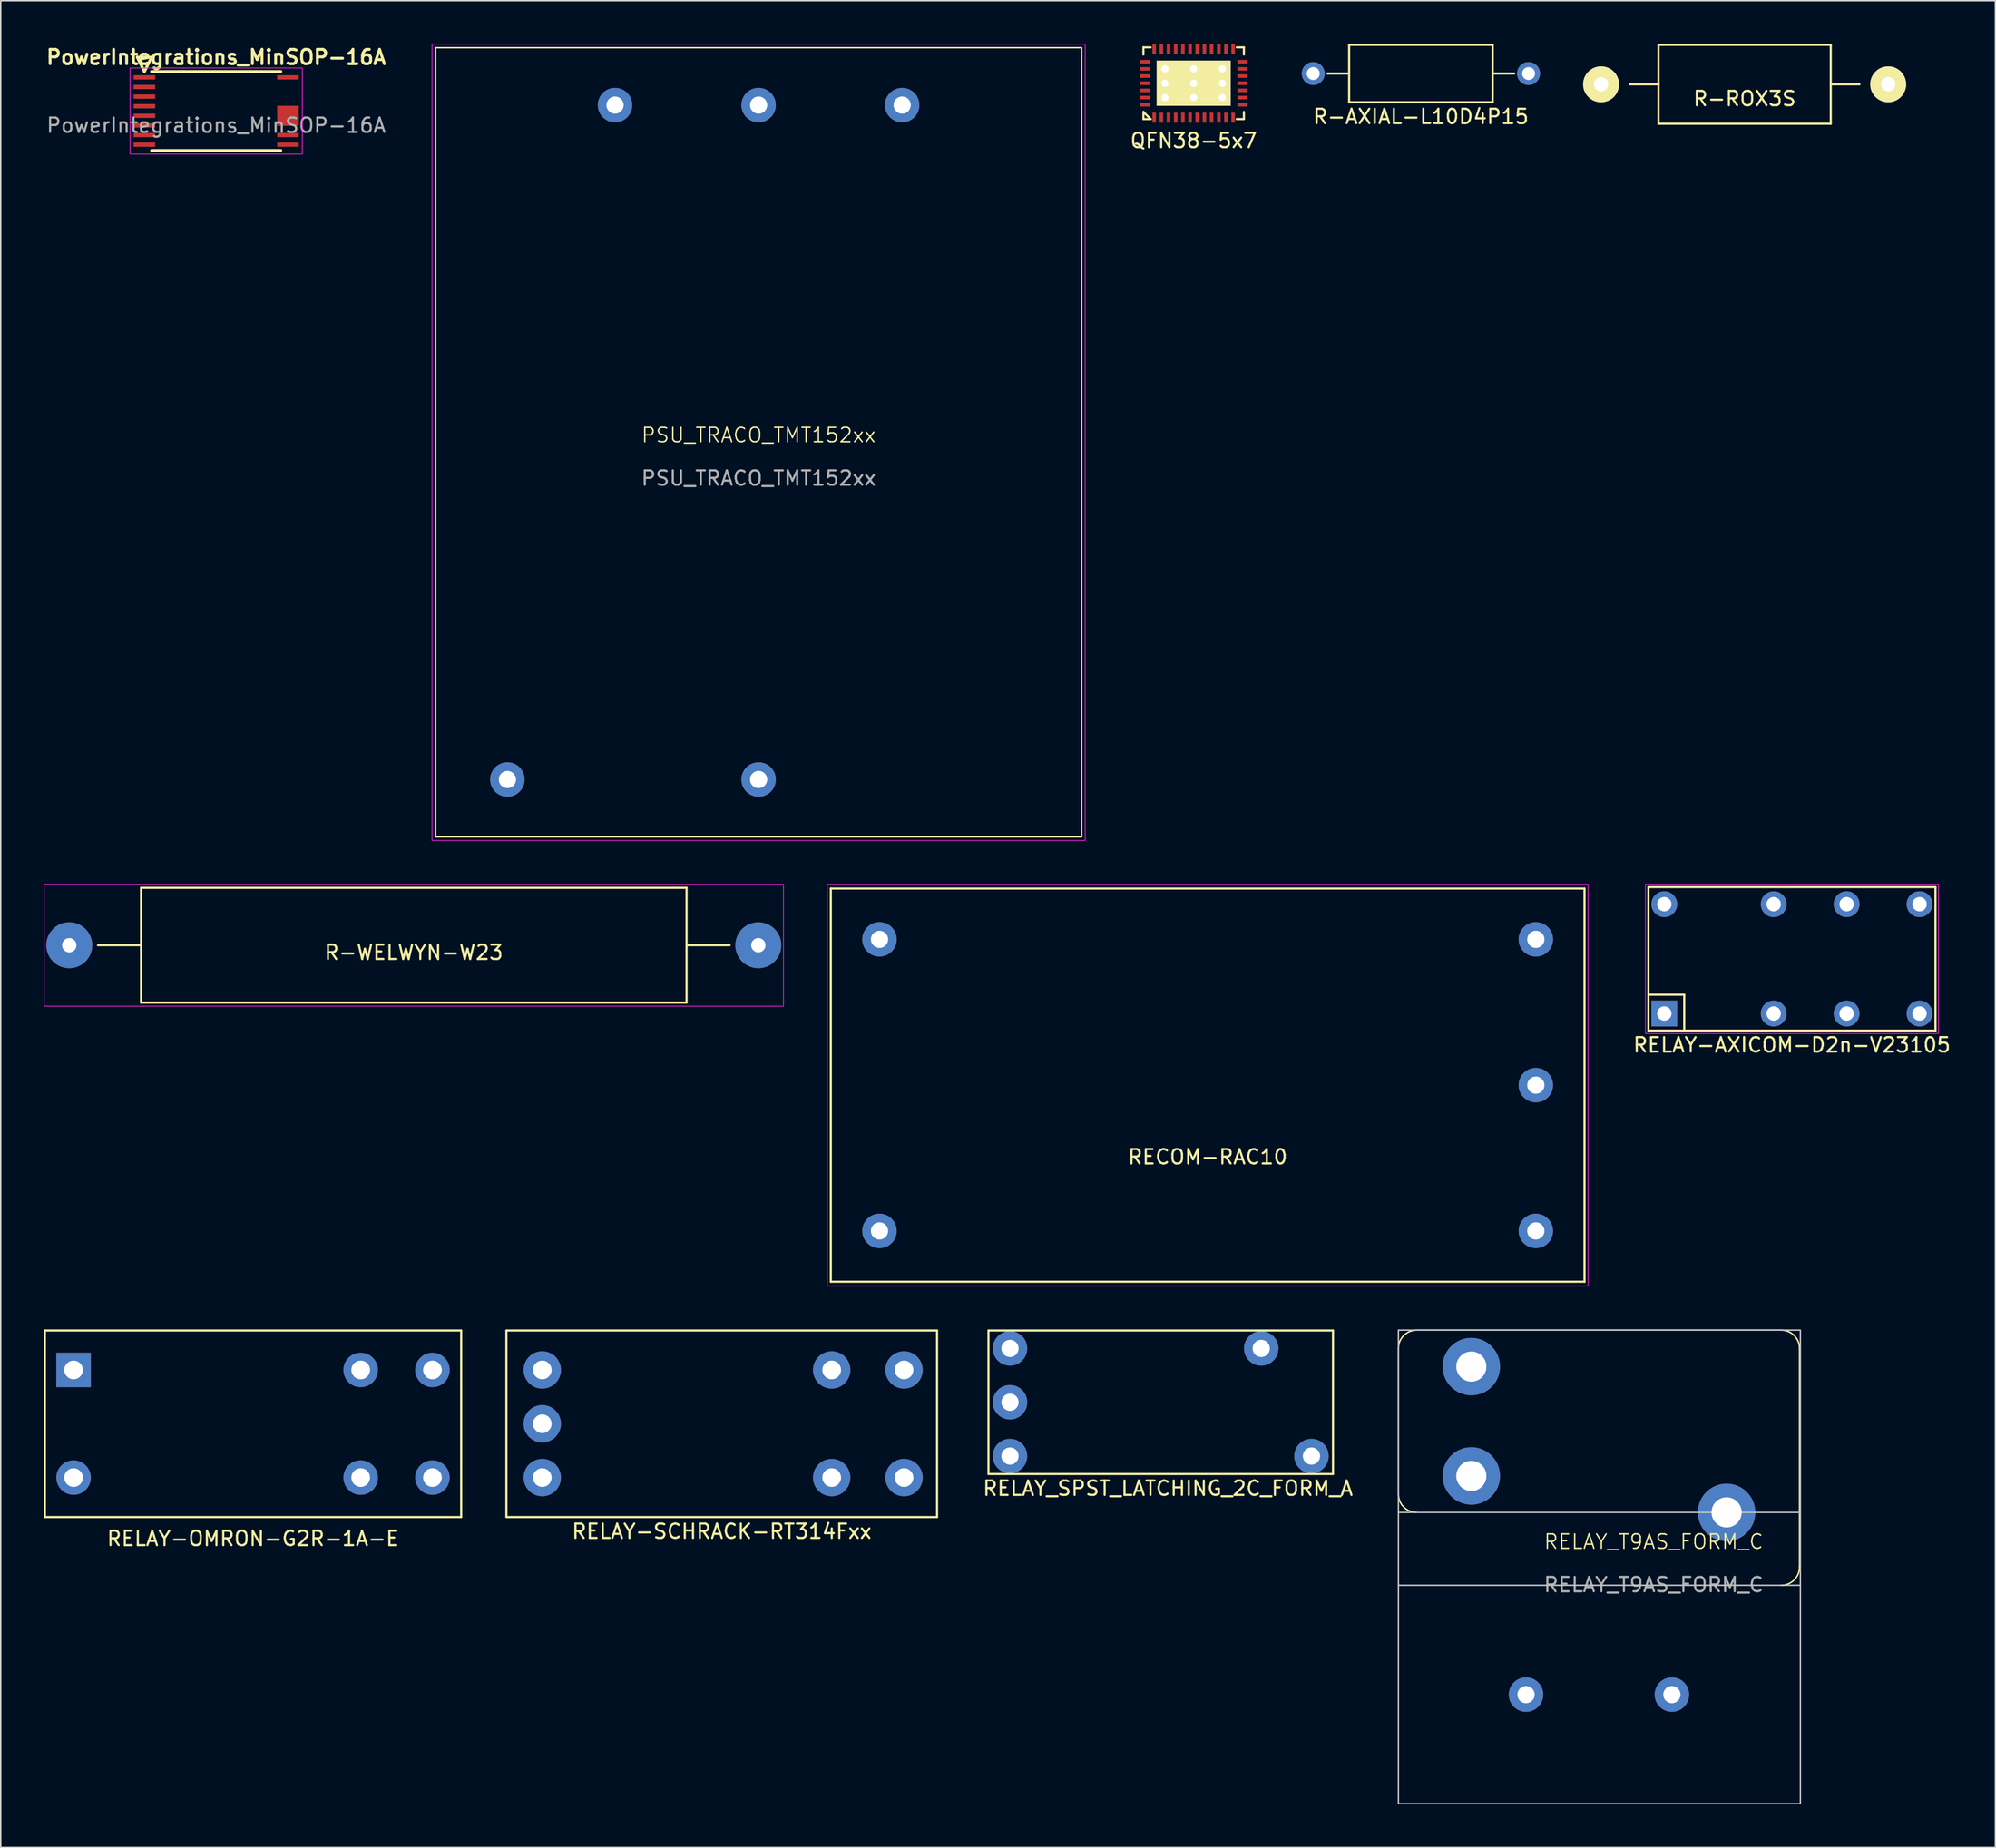
<source format=kicad_pcb>
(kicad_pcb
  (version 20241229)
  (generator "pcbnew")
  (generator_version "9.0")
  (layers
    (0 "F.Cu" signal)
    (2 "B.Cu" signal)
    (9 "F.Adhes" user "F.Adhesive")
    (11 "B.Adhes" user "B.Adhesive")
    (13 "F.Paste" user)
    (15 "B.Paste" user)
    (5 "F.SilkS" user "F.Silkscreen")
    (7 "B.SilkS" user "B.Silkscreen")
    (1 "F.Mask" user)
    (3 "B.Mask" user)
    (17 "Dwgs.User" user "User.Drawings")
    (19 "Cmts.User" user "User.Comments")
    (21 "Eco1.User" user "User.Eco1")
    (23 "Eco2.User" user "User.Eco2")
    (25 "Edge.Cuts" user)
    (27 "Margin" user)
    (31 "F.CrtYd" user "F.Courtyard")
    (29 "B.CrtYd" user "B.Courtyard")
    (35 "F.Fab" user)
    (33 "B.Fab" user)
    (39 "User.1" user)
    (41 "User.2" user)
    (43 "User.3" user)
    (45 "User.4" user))
  (footprint "RELAY-SCHRACK-RT314Fxx"
    (layer "F.Cu")
    (at 34.725 96.175)
    (property "Reference" "RELAY-SCHRACK-RT314Fxx" (at 12.5 7.5 0) (layer "F.SilkS") (effects (font (size 1 1) (thickness 0.15))))
    (attr through_hole)
    (fp_line (start -2.5 -6.5) (end 27.5 -6.5) (stroke (width 0.15) (type solid)) (layer "F.SilkS"))
    (fp_line (start -2.5 6.5) (end -2.5 -6.5) (stroke (width 0.15) (type solid)) (layer "F.SilkS"))
    (fp_line (start 27.5 -6.5) (end 27.5 6.5) (stroke (width 0.15) (type solid)) (layer "F.SilkS"))
    (fp_line (start 27.5 6.5) (end -2.5 6.5) (stroke (width 0.15) (type solid)) (layer "F.SilkS"))
    (pad "1" thru_hole circle (at 0 -3.75) (size 2.6 2.6) (drill 1.3) (layers "*.Cu" "*.Mask"))
    (pad "3" thru_hole circle (at 20.16 -3.75) (size 2.6 2.6) (drill 1.3) (layers "*.Cu" "*.Mask"))
    (pad "3" thru_hole circle (at 20.16 3.75) (size 2.6 2.6) (drill 1.3) (layers "*.Cu" "*.Mask"))
    (pad "5" thru_hole circle (at 25.2 -3.75) (size 2.6 2.6) (drill 1.3) (layers "*.Cu" "*.Mask"))
    (pad "5" thru_hole circle (at 25.2 3.75) (size 2.6 2.6) (drill 1.3) (layers "*.Cu" "*.Mask"))
    (pad "6" thru_hole circle (at 0 3.75) (size 2.6 2.6) (drill 1.3) (layers "*.Cu" "*.Mask"))
    (pad "7" thru_hole circle (at 0 0) (size 2.6 2.6) (drill 1.3) (layers "*.Cu" "*.Mask")))
  (footprint "R-ROX3S"
    (layer "F.Cu")
    (at 118.479 2.825)
    (property "Reference" "R-ROX3S" (at 0 1 0) (layer "F.SilkS") (effects (font (size 1 1) (thickness 0.15))))
    (attr through_hole)
    (fp_line (start -8 0) (end -6 0) (stroke (width 0.15) (type solid)) (layer "F.SilkS"))
    (fp_line (start -6 -2.75) (end 6 -2.75) (stroke (width 0.15) (type solid)) (layer "F.SilkS"))
    (fp_line (start -6 2.75) (end -6 -2.75) (stroke (width 0.15) (type solid)) (layer "F.SilkS"))
    (fp_line (start 6 -2.75) (end 6 2.75) (stroke (width 0.15) (type solid)) (layer "F.SilkS"))
    (fp_line (start 6 0) (end 8 0) (stroke (width 0.15) (type solid)) (layer "F.SilkS"))
    (fp_line (start 6 2.75) (end -6 2.75) (stroke (width 0.15) (type solid)) (layer "F.SilkS"))
    (pad "1" thru_hole circle (at -10 0) (size 2.5 2.5) (drill 1) (layers "*.Cu" "*.Mask" "F.SilkS"))
    (pad "2" thru_hole circle (at 10 0) (size 2.5 2.5) (drill 1) (layers "*.Cu" "*.Mask" "F.SilkS")))
  (footprint "RELAY_T9AS_FORM_C"
    (layer "F.Cu")
    (at 99.442 92.19)
    (property "Reference" "RELAY_T9AS_FORM_C" (at 12.7 12.2 0) (unlocked yes) (layer "F.SilkS") (effects (font (size 1 1) (thickness 0.1))))
    (attr through_hole)
    (fp_line (start -5.08 -1.27) (end -5.08 8.89) (stroke (width 0.1) (type default)) (layer "F.SilkS"))
    (fp_line (start -3.81 -2.54) (end 21.59 -2.54) (stroke (width 0.1) (type default)) (layer "F.SilkS"))
    (fp_line (start 22.86 -1.27) (end 22.86 13.97) (stroke (width 0.1) (type default)) (layer "F.SilkS"))
    (fp_arc (start -5.08 -1.27) (mid -4.708026 -2.168026) (end -3.81 -2.54) (stroke (width 0.1) (type default)) (layer "F.SilkS"))
    (fp_arc (start -3.81 10.16) (mid -4.708026 9.788026) (end -5.08 8.89) (stroke (width 0.1) (type default)) (layer "F.SilkS"))
    (fp_arc (start 21.59 -2.54) (mid 22.488026 -2.168026) (end 22.86 -1.27) (stroke (width 0.1) (type default)) (layer "F.SilkS"))
    (fp_arc (start 22.86 13.97) (mid 22.488026 14.868026) (end 21.59 15.24) (stroke (width 0.1) (type default)) (layer "F.SilkS"))
    (fp_line (start -5.08 10.16) (end 22.86 10.16) (stroke (width 0.1) (type default)) (layer "Dwgs.User"))
    (fp_line (start 22.86 15.24) (end -5.08 15.24) (stroke (width 0.1) (type default)) (layer "Dwgs.User"))
    (fp_rect (start -5.08 -2.54) (end 22.92 30.46) (stroke (width 0.1) (type default)) (fill no) (layer "Dwgs.User"))
    (fp_text user "${REFERENCE}" (at 12.7 15.2 0) (unlocked yes) (layer "F.Fab") (effects (font (size 1 1) (thickness 0.15))))
    (pad "1" thru_hole circle (at 0 0) (size 4 4) (drill 2.1) (layers "*.Cu" "*.Mask"))
    (pad "2" thru_hole circle (at 0 7.62) (size 4 4) (drill 2.1) (layers "*.Cu" "*.Mask"))
    (pad "3" thru_hole circle (at 17.78 10.16) (size 4 4) (drill 2.1) (layers "*.Cu" "*.Mask"))
    (pad "5" thru_hole circle (at 3.81 22.86) (size 2.4 2.4) (drill 1.2) (layers "*.Cu" "*.Mask"))
    (pad "6" thru_hole circle (at 13.97 22.86) (size 2.4 2.4) (drill 1.2) (layers "*.Cu" "*.Mask")))
  (footprint "R-WELWYN-W23"
    (layer "F.Cu")
    (at 25.775 62.825)
    (property "Reference" "R-WELWYN-W23" (at 0 0.5 0) (layer "F.SilkS") (effects (font (size 1 1) (thickness 0.15))))
    (attr through_hole)
    (fp_line (start -22 0) (end -19 0) (stroke (width 0.15) (type solid)) (layer "F.SilkS"))
    (fp_line (start -19 -4) (end -19 4) (stroke (width 0.15) (type solid)) (layer "F.SilkS"))
    (fp_line (start -19 4) (end 19 4) (stroke (width 0.15) (type solid)) (layer "F.SilkS"))
    (fp_line (start 19 -4) (end -19 -4) (stroke (width 0.15) (type solid)) (layer "F.SilkS"))
    (fp_line (start 19 0) (end 22 0) (stroke (width 0.15) (type solid)) (layer "F.SilkS"))
    (fp_line (start 19 4) (end 19 -4) (stroke (width 0.15) (type solid)) (layer "F.SilkS"))
    (fp_rect (start -25.75 -4.25) (end 25.75 4.25) (stroke (width 0.05) (type default)) (fill no) (layer "F.CrtYd"))
    (pad "1" thru_hole circle (at -24 0) (size 3.2 3.2) (drill 1) (layers "*.Cu" "*.Mask"))
    (pad "2" thru_hole circle (at 24 0) (size 3.2 3.2) (drill 1) (layers "*.Cu" "*.Mask")))
  (footprint "QFN38-5x7"
    (layer "F.Cu")
    (at 80.099 2.75)
    (property "Reference" "QFN38-5x7" (at 0 4 0) (layer "F.SilkS") (effects (font (size 1 1) (thickness 0.15))))
    (attr through_hole)
    (fp_line (start -3.5 -2.5) (end -3.5 -2) (stroke (width 0.15) (type solid)) (layer "F.SilkS"))
    (fp_line (start -3.5 2) (end -3 2.5) (stroke (width 0.15) (type solid)) (layer "F.SilkS"))
    (fp_line (start -3.5 2.5) (end -3.5 2) (stroke (width 0.15) (type solid)) (layer "F.SilkS"))
    (fp_line (start -3.5 2.5) (end -3 2.5) (stroke (width 0.15) (type solid)) (layer "F.SilkS"))
    (fp_line (start -3 -2.5) (end -3.5 -2.5) (stroke (width 0.15) (type solid)) (layer "F.SilkS"))
    (fp_line (start 3 -2.5) (end 3.5 -2.5) (stroke (width 0.15) (type solid)) (layer "F.SilkS"))
    (fp_line (start 3.5 -2.5) (end 3.5 -2) (stroke (width 0.15) (type solid)) (layer "F.SilkS"))
    (fp_line (start 3.5 2) (end 3.5 2.5) (stroke (width 0.15) (type solid)) (layer "F.SilkS"))
    (fp_line (start 3.5 2.5) (end 3 2.5) (stroke (width 0.15) (type solid)) (layer "F.SilkS"))
    (pad "1" smd rect (at -2.75 2.4) (size 0.25 0.7) (layers "F.Cu" "F.Mask" "F.Paste"))
    (pad "2" smd rect (at -2.25 2.4) (size 0.25 0.7) (layers "F.Cu" "F.Mask" "F.Paste"))
    (pad "3" smd rect (at -1.75 2.4) (size 0.25 0.7) (layers "F.Cu" "F.Mask" "F.Paste"))
    (pad "4" smd rect (at -1.25 2.4) (size 0.25 0.7) (layers "F.Cu" "F.Mask" "F.Paste"))
    (pad "5" smd rect (at -0.75 2.4) (size 0.25 0.7) (layers "F.Cu" "F.Mask" "F.Paste"))
    (pad "6" smd rect (at -0.25 2.4) (size 0.25 0.7) (layers "F.Cu" "F.Mask" "F.Paste"))
    (pad "7" smd rect (at 0.25 2.4) (size 0.25 0.7) (layers "F.Cu" "F.Mask" "F.Paste"))
    (pad "8" smd rect (at 0.75 2.4) (size 0.25 0.7) (layers "F.Cu" "F.Mask" "F.Paste"))
    (pad "9" smd rect (at 1.25 2.4) (size 0.25 0.7) (layers "F.Cu" "F.Mask" "F.Paste"))
    (pad "10" smd rect (at 1.75 2.4) (size 0.25 0.7) (layers "F.Cu" "F.Mask" "F.Paste"))
    (pad "11" smd rect (at 2.25 2.4) (size 0.25 0.7) (layers "F.Cu" "F.Mask" "F.Paste"))
    (pad "12" smd rect (at 2.75 2.4) (size 0.25 0.7) (layers "F.Cu" "F.Mask" "F.Paste"))
    (pad "13" smd rect (at 3.4 1.5) (size 0.7 0.25) (layers "F.Cu" "F.Mask" "F.Paste"))
    (pad "14" smd rect (at 3.4 1) (size 0.7 0.25) (layers "F.Cu" "F.Mask" "F.Paste"))
    (pad "15" smd rect (at 3.4 0.5) (size 0.7 0.25) (layers "F.Cu" "F.Mask" "F.Paste"))
    (pad "16" smd rect (at 3.4 0) (size 0.7 0.25) (layers "F.Cu" "F.Mask" "F.Paste"))
    (pad "17" smd rect (at 3.4 -0.5) (size 0.7 0.25) (layers "F.Cu" "F.Mask" "F.Paste"))
    (pad "18" smd rect (at 3.4 -1) (size 0.7 0.25) (layers "F.Cu" "F.Mask" "F.Paste"))
    (pad "19" smd rect (at 3.4 -1.5) (size 0.7 0.25) (layers "F.Cu" "F.Mask" "F.Paste"))
    (pad "20" smd rect (at 2.75 -2.4) (size 0.25 0.7) (layers "F.Cu" "F.Mask" "F.Paste"))
    (pad "21" smd rect (at 2.25 -2.4) (size 0.25 0.7) (layers "F.Cu" "F.Mask" "F.Paste"))
    (pad "22" smd rect (at 1.75 -2.4) (size 0.25 0.7) (layers "F.Cu" "F.Mask" "F.Paste"))
    (pad "23" smd rect (at 1.25 -2.4) (size 0.25 0.7) (layers "F.Cu" "F.Mask" "F.Paste"))
    (pad "24" smd rect (at 0.75 -2.4) (size 0.25 0.7) (layers "F.Cu" "F.Mask" "F.Paste"))
    (pad "25" smd rect (at 0.25 -2.4) (size 0.25 0.7) (layers "F.Cu" "F.Mask" "F.Paste"))
    (pad "26" smd rect (at -0.25 -2.4) (size 0.25 0.7) (layers "F.Cu" "F.Mask" "F.Paste"))
    (pad "27" smd rect (at -0.75 -2.4) (size 0.25 0.7) (layers "F.Cu" "F.Mask" "F.Paste"))
    (pad "28" smd rect (at -1.25 -2.4) (size 0.25 0.7) (layers "F.Cu" "F.Mask" "F.Paste"))
    (pad "29" smd rect (at -1.75 -2.4) (size 0.25 0.7) (layers "F.Cu" "F.Mask" "F.Paste"))
    (pad "30" smd rect (at -2.25 -2.4) (size 0.25 0.7) (layers "F.Cu" "F.Mask" "F.Paste"))
    (pad "31" smd rect (at -2.75 -2.4) (size 0.25 0.7) (layers "F.Cu" "F.Mask" "F.Paste"))
    (pad "32" smd rect (at -3.4 -1.5) (size 0.7 0.25) (layers "F.Cu" "F.Mask" "F.Paste"))
    (pad "33" smd rect (at -3.4 -1) (size 0.7 0.25) (layers "F.Cu" "F.Mask" "F.Paste"))
    (pad "34" smd rect (at -3.4 -0.5) (size 0.7 0.25) (layers "F.Cu" "F.Mask" "F.Paste"))
    (pad "35" smd rect (at -3.4 0) (size 0.7 0.25) (layers "F.Cu" "F.Mask" "F.Paste"))
    (pad "36" smd rect (at -3.4 0.5) (size 0.7 0.25) (layers "F.Cu" "F.Mask" "F.Paste"))
    (pad "37" smd rect (at -3.4 1) (size 0.7 0.25) (layers "F.Cu" "F.Mask" "F.Paste"))
    (pad "38" smd rect (at -3.4 1.5) (size 0.7 0.25) (layers "F.Cu" "F.Mask" "F.Paste"))
    (pad "39" thru_hole circle (at -2 -1) (size 0.6 0.6) (drill 0.5) (layers "*.Cu" "*.Mask"))
    (pad "39" thru_hole circle (at -2 0) (size 0.6 0.6) (drill 0.5) (layers "*.Cu" "*.Mask" "F.SilkS" "F.Paste"))
    (pad "39" thru_hole circle (at -2 1) (size 0.6 0.6) (drill 0.5) (layers "*.Cu" "*.Mask" "F.SilkS" "F.Paste"))
    (pad "39" thru_hole circle (at 0 -1) (size 0.6 0.6) (drill 0.5) (layers "*.Cu" "*.Mask" "F.SilkS" "F.Paste"))
    (pad "39" thru_hole rect (at 0 0) (size 5.15 3.15) (drill 0.5) (layers "*.Cu" "*.Mask" "F.SilkS" "F.Paste"))
    (pad "39" thru_hole circle (at 0 1) (size 0.6 0.6) (drill 0.5) (layers "*.Cu" "*.Mask" "F.SilkS" "F.Paste"))
    (pad "39" thru_hole circle (at 2 -1) (size 0.6 0.6) (drill 0.5) (layers "*.Cu" "*.Mask" "F.SilkS" "F.Paste"))
    (pad "39" thru_hole circle (at 2 0) (size 0.6 0.6) (drill 0.5) (layers "*.Cu" "*.Mask" "F.SilkS" "F.Paste"))
    (pad "39" thru_hole circle (at 2 1) (size 0.6 0.6) (drill 0.5) (layers "*.Cu" "*.Mask" "F.SilkS" "F.Paste")))
  (footprint "RELAY-OMRON-G2R-1A-E"
    (layer "F.Cu")
    (at 14.575 96.175)
    (property "Reference" "RELAY-OMRON-G2R-1A-E" (at 0 8 0) (layer "F.SilkS") (effects (font (size 1 1) (thickness 0.15))))
    (attr through_hole)
    (fp_line (start -14.5 -6.5) (end 14.5 -6.5) (stroke (width 0.15) (type solid)) (layer "F.SilkS"))
    (fp_line (start -14.5 6.5) (end -14.5 -6.5) (stroke (width 0.15) (type solid)) (layer "F.SilkS"))
    (fp_line (start 14.5 -6.5) (end 14.5 6.5) (stroke (width 0.15) (type solid)) (layer "F.SilkS"))
    (fp_line (start 14.5 6.5) (end -14.5 6.5) (stroke (width 0.15) (type solid)) (layer "F.SilkS"))
    (pad "1" thru_hole rect (at -12.5 -3.75) (size 2.4 2.4) (drill 1.3) (layers "*.Cu" "*.Mask"))
    (pad "3" thru_hole circle (at 7.5 -3.75) (size 2.4 2.4) (drill 1.3) (layers "*.Cu" "*.Mask"))
    (pad "4" thru_hole circle (at 12.5 -3.75) (size 2.4 2.4) (drill 1.3) (layers "*.Cu" "*.Mask"))
    (pad "5" thru_hole circle (at 12.5 3.75) (size 2.4 2.4) (drill 1.3) (layers "*.Cu" "*.Mask"))
    (pad "6" thru_hole circle (at 7.5 3.75) (size 2.4 2.4) (drill 1.3) (layers "*.Cu" "*.Mask"))
    (pad "8" thru_hole circle (at -12.5 3.75) (size 2.4 2.4) (drill 1.3) (layers "*.Cu" "*.Mask")))
  (footprint "R-AXIAL-L10D4P15"
    (layer "F.Cu")
    (at 95.929 2.075)
    (property "Reference" "R-AXIAL-L10D4P15" (at 0 3 0) (layer "F.SilkS") (effects (font (size 1 1) (thickness 0.15))))
    (attr through_hole)
    (fp_line (start -6.5 0) (end -5 0) (stroke (width 0.15) (type solid)) (layer "F.SilkS"))
    (fp_line (start -5 -2) (end 5 -2) (stroke (width 0.15) (type solid)) (layer "F.SilkS"))
    (fp_line (start -5 2) (end -5 -2) (stroke (width 0.15) (type solid)) (layer "F.SilkS"))
    (fp_line (start 5 -2) (end 5 2) (stroke (width 0.15) (type solid)) (layer "F.SilkS"))
    (fp_line (start 5 2) (end -5 2) (stroke (width 0.15) (type solid)) (layer "F.SilkS"))
    (fp_line (start 6.5 0) (end 5 0) (stroke (width 0.15) (type solid)) (layer "F.SilkS"))
    (pad "1" thru_hole circle (at -7.5 0) (size 1.6 1.6) (drill 0.9) (layers "*.Cu" "*.Mask"))
    (pad "2" thru_hole circle (at 7.5 0) (size 1.6 1.6) (drill 0.9) (layers "*.Cu" "*.Mask")))
  (footprint "RELAY_SPST_LATCHING_2C_FORM_A"
    (layer "F.Cu")
    (at 67.306 90.925)
    (property "Reference" "RELAY_SPST_LATCHING_2C_FORM_A" (at 11 9.75 0) (layer "F.SilkS") (effects (font (size 1 1) (thickness 0.15))))
    (attr through_hole)
    (fp_line (start -1.5 -1.25) (end 22.5 -1.25) (stroke (width 0.15) (type solid)) (layer "F.SilkS"))
    (fp_line (start -1.5 8.75) (end -1.5 -1.25) (stroke (width 0.15) (type solid)) (layer "F.SilkS"))
    (fp_line (start 22.5 -1.25) (end 22.5 8.75) (stroke (width 0.15) (type solid)) (layer "F.SilkS"))
    (fp_line (start 22.5 8.75) (end -1.5 8.75) (stroke (width 0.15) (type solid)) (layer "F.SilkS"))
    (pad "1" thru_hole circle (at 0 7.5) (size 2.4 2.4) (drill 1.2) (layers "*.Cu" "*.Mask"))
    (pad "3" thru_hole circle (at 21 7.5) (size 2.4 2.4) (drill 1.2) (layers "*.Cu" "*.Mask"))
    (pad "5" thru_hole circle (at 17.5 0) (size 2.4 2.4) (drill 1.2) (layers "*.Cu" "*.Mask"))
    (pad "6" thru_hole circle (at 0 0) (size 2.4 2.4) (drill 1.2) (layers "*.Cu" "*.Mask"))
    (pad "7" thru_hole circle (at 0 3.75) (size 2.4 2.4) (drill 1.2) (layers "*.Cu" "*.Mask")))
  (footprint "RELAY-AXICOM-D2n-V23105"
    (layer "F.Cu")
    (at 121.773 63.775)
    (property "Reference" "RELAY-AXICOM-D2n-V23105" (at 0 6 0) (layer "F.SilkS") (effects (font (size 1 1) (thickness 0.15))))
    (attr through_hole)
    (fp_line (start -10 -5) (end 10 -5) (stroke (width 0.15) (type solid)) (layer "F.SilkS"))
    (fp_line (start -10 2.5) (end -7.5 2.5) (stroke (width 0.15) (type solid)) (layer "F.SilkS"))
    (fp_line (start -10 5) (end -10 -5) (stroke (width 0.15) (type solid)) (layer "F.SilkS"))
    (fp_line (start -7.5 2.5) (end -7.5 5) (stroke (width 0.15) (type solid)) (layer "F.SilkS"))
    (fp_line (start 10 -5) (end 10 5) (stroke (width 0.15) (type solid)) (layer "F.SilkS"))
    (fp_line (start 10 5) (end -10 5) (stroke (width 0.15) (type solid)) (layer "F.SilkS"))
    (fp_line (start -10.2 -5.2) (end 10.2 -5.2) (stroke (width 0.05) (type solid)) (layer "F.CrtYd"))
    (fp_line (start -10.2 5.2) (end -10.2 -5.2) (stroke (width 0.05) (type solid)) (layer "F.CrtYd"))
    (fp_line (start 10.2 -5.2) (end 10.2 5.2) (stroke (width 0.05) (type solid)) (layer "F.CrtYd"))
    (fp_line (start 10.2 5.2) (end -10.2 5.2) (stroke (width 0.05) (type solid)) (layer "F.CrtYd"))
    (pad "1" thru_hole rect (at -8.89 3.81) (size 1.8 1.8) (drill 1) (layers "*.Cu" "*.Mask"))
    (pad "4" thru_hole circle (at -1.27 3.81) (size 1.8 1.8) (drill 1) (layers "*.Cu" "*.Mask"))
    (pad "6" thru_hole circle (at 3.81 3.81) (size 1.8 1.8) (drill 1) (layers "*.Cu" "*.Mask"))
    (pad "8" thru_hole circle (at 8.89 3.81) (size 1.8 1.8) (drill 1) (layers "*.Cu" "*.Mask"))
    (pad "9" thru_hole circle (at 8.89 -3.81) (size 1.8 1.8) (drill 1) (layers "*.Cu" "*.Mask"))
    (pad "11" thru_hole circle (at 3.81 -3.81) (size 1.8 1.8) (drill 1) (layers "*.Cu" "*.Mask"))
    (pad "13" thru_hole circle (at -1.27 -3.81) (size 1.8 1.8) (drill 1) (layers "*.Cu" "*.Mask"))
    (pad "16" thru_hole circle (at -8.89 -3.81) (size 1.8 1.8) (drill 1) (layers "*.Cu" "*.Mask")))
  (footprint "PSU_TRACO_TMT152xx"
    (layer "F.Cu")
    (at 49.794 27.775)
    (property "Reference" "PSU_TRACO_TMT152xx" (at 0 -0.5 0) (unlocked yes) (layer "F.SilkS") (effects (font (size 1 1) (thickness 0.1))))
    (attr through_hole)
    (fp_rect (start -22.5 -27.5) (end 22.5 27.5) (stroke (width 0.1) (type default)) (fill no) (layer "F.SilkS"))
    (fp_rect (start -22.75 -27.75) (end 22.75 27.75) (stroke (width 0.05) (type default)) (fill no) (layer "F.CrtYd"))
    (fp_text user "${REFERENCE}" (at 0 2.5 0) (unlocked yes) (layer "F.Fab") (effects (font (size 1 1) (thickness 0.15))))
    (pad "1" thru_hole circle (at -17.5 23.5) (size 2.4 2.4) (drill 1.2) (layers "*.Cu" "*.Mask"))
    (pad "2" thru_hole circle (at 0 23.5) (size 2.4 2.4) (drill 1.2) (layers "*.Cu" "*.Mask"))
    (pad "3" thru_hole circle (at -10 -23.5) (size 2.4 2.4) (drill 1.2) (layers "*.Cu" "*.Mask"))
    (pad "4" thru_hole circle (at 0 -23.5) (size 2.4 2.4) (drill 1.2) (layers "*.Cu" "*.Mask"))
    (pad "5" thru_hole circle (at 10 -23.5) (size 2.4 2.4) (drill 1.2) (layers "*.Cu" "*.Mask")))
  (footprint "PowerIntegrations_MinSOP-16A"
    (layer "F.Cu")
    (at 12.01 4.686)
    (property "Reference" "PowerIntegrations_MinSOP-16A" (at 0 -3.75 0) (unlocked yes) (layer "F.SilkS") (effects (font (size 1 1) (thickness 0.2))))
    (attr smd)
    (fp_line (start -5.5 -3.75) (end -4.5 -3.75) (stroke (width 0.2) (type default)) (layer "F.SilkS"))
    (fp_line (start -5 -2.75) (end -5.5 -3.75) (stroke (width 0.2) (type default)) (layer "F.SilkS"))
    (fp_line (start -4.5 -3.75) (end -5 -2.75) (stroke (width 0.2) (type default)) (layer "F.SilkS"))
    (fp_line (start -4.5 -2.75) (end 4.5 -2.75) (stroke (width 0.2) (type default)) (layer "F.SilkS"))
    (fp_line (start -4.5 2.75) (end 4.5 2.75) (stroke (width 0.2) (type default)) (layer "F.SilkS"))
    (fp_rect (start -6 -3) (end 6 3) (stroke (width 0.05) (type default)) (fill no) (layer "F.CrtYd"))
    (fp_text user "${REFERENCE}" (at 0 1 0) (unlocked yes) (layer "F.Fab") (effects (font (size 1 1) (thickness 0.15))))
    (pad "1" smd rect (at -5 -2.345) (size 1.5 0.3) (layers "F.Cu" "F.Mask" "F.Paste"))
    (pad "2" smd rect (at -5 -1.675) (size 1.5 0.3) (layers "F.Cu" "F.Mask" "F.Paste"))
    (pad "3" smd rect (at -5 -1.005) (size 1.5 0.3) (layers "F.Cu" "F.Mask" "F.Paste"))
    (pad "4" smd rect (at -5 -0.335) (size 1.5 0.3) (layers "F.Cu" "F.Mask" "F.Paste"))
    (pad "5" smd rect (at -5 0.335) (size 1.5 0.3) (layers "F.Cu" "F.Mask" "F.Paste"))
    (pad "6" smd rect (at -5 1.005) (size 1.5 0.3) (layers "F.Cu" "F.Mask" "F.Paste"))
    (pad "7" smd rect (at -5 1.675) (size 1.5 0.3) (layers "F.Cu" "F.Mask" "F.Paste"))
    (pad "8" smd rect (at -5 2.345) (size 1.5 0.3) (layers "F.Cu" "F.Mask" "F.Paste"))
    (pad "9" smd rect (at 5 2.345) (size 1.5 0.3) (layers "F.Cu" "F.Mask" "F.Paste"))
    (pad "10" smd rect (at 5 1.675) (size 1.5 0.3) (layers "F.Cu" "F.Mask" "F.Paste"))
    (pad "11" smd rect (at 5 0.335) (size 1.5 1.4) (layers "F.Cu" "F.Mask" "F.Paste"))
    (pad "16" smd rect (at 5 -2.345) (size 1.5 0.3) (layers "F.Cu" "F.Mask" "F.Paste")))
  (footprint "RECOM-RAC10"
    (layer "F.Cu")
    (at 81.075 72.575)
    (property "Reference" "RECOM-RAC10" (at 0 5 0) (layer "F.SilkS") (effects (font (size 1 1) (thickness 0.15))))
    (attr through_hole)
    (fp_line (start -26.25 -13.7) (end 26.25 -13.7) (stroke (width 0.15) (type solid)) (layer "F.SilkS"))
    (fp_line (start -26.25 13.7) (end -26.25 -13.7) (stroke (width 0.15) (type solid)) (layer "F.SilkS"))
    (fp_line (start 26.25 -13.7) (end 26.25 13.7) (stroke (width 0.15) (type solid)) (layer "F.SilkS"))
    (fp_line (start 26.25 13.7) (end -26.25 13.7) (stroke (width 0.15) (type solid)) (layer "F.SilkS"))
    (fp_line (start -26.5 -14) (end 26.5 -14) (stroke (width 0.05) (type solid)) (layer "F.CrtYd"))
    (fp_line (start -26.5 14) (end -26.5 -14) (stroke (width 0.05) (type solid)) (layer "F.CrtYd"))
    (fp_line (start 26.5 -14) (end 26.5 14) (stroke (width 0.05) (type solid)) (layer "F.CrtYd"))
    (fp_line (start 26.5 14) (end -26.5 14) (stroke (width 0.05) (type solid)) (layer "F.CrtYd"))
    (pad "1" thru_hole circle (at -22.86 10.16) (size 2.4 2.4) (drill 1.2) (layers "*.Cu" "*.Mask"))
    (pad "2" thru_hole circle (at -22.86 -10.16) (size 2.4 2.4) (drill 1.2) (layers "*.Cu" "*.Mask"))
    (pad "3" thru_hole circle (at 22.86 10.16) (size 2.4 2.4) (drill 1.2) (layers "*.Cu" "*.Mask"))
    (pad "4" thru_hole circle (at 22.86 0) (size 2.4 2.4) (drill 1.2) (layers "*.Cu" "*.Mask"))
    (pad "5" thru_hole circle (at 22.86 -10.16) (size 2.4 2.4) (drill 1.2) (layers "*.Cu" "*.Mask")))
  (gr_rect
    (start -3 -3)
    (end 135.945 125.7)
    (stroke (width 0.1) (type default))
    (fill no)
    (layer "Edge.Cuts")))
</source>
